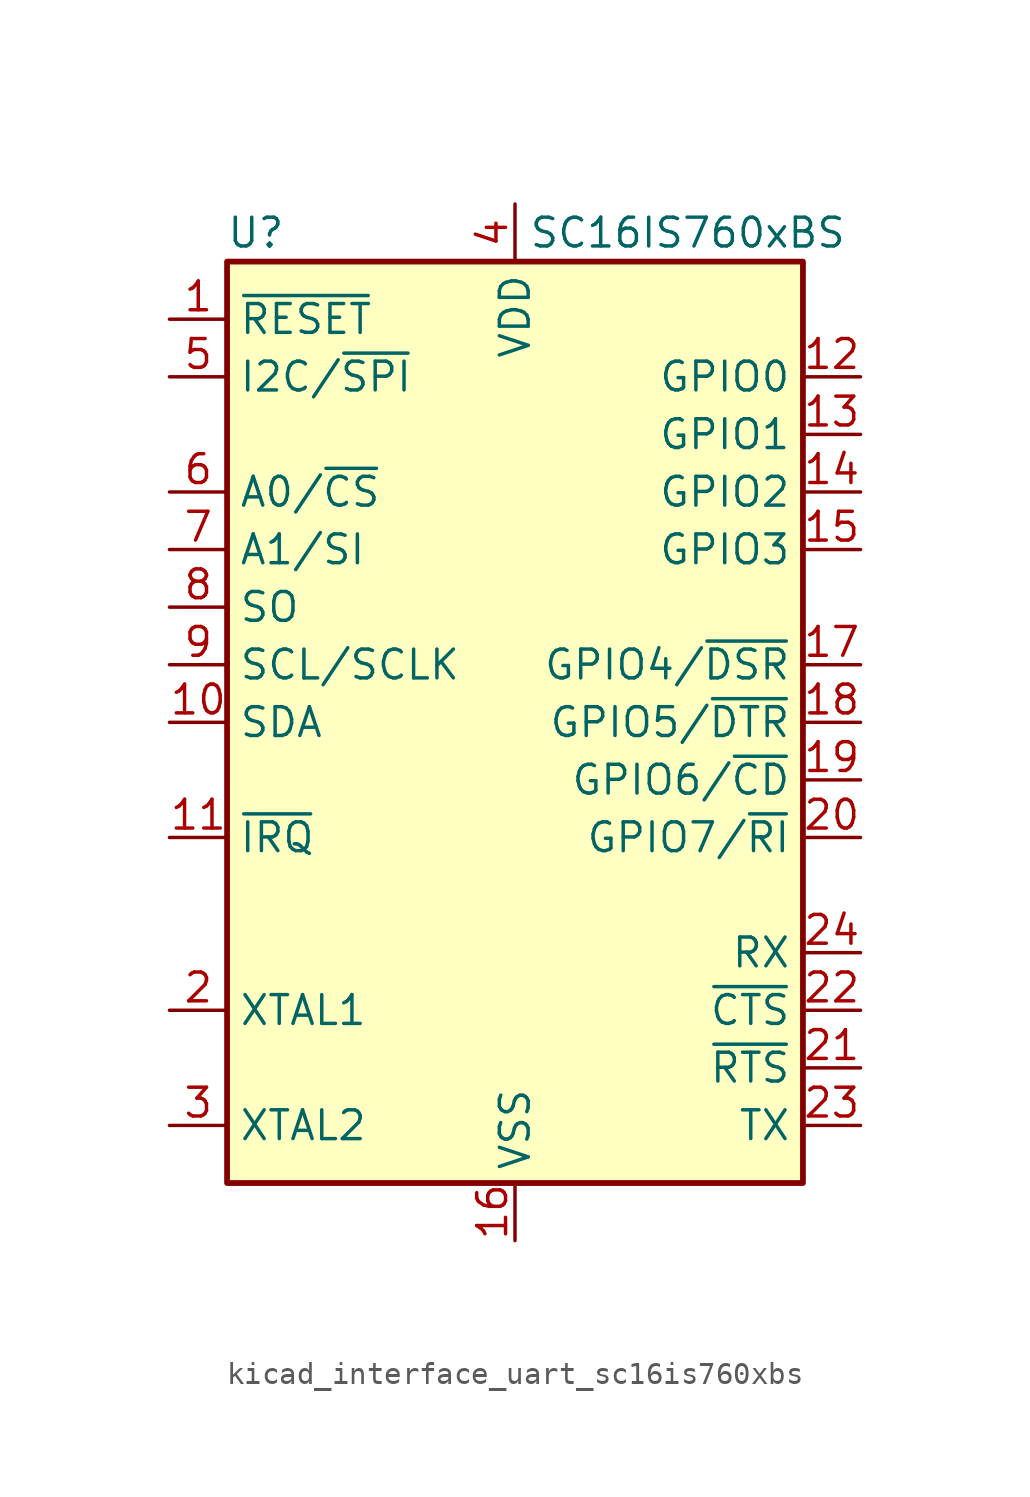
<source format=kicad_sym>
(kicad_symbol_lib
  (version 20220914)
  (generator kicad_symbol_editor)
  (symbol "kicad_interface_uart_sc16is760xbs"
    (property "Reference" "U"
      (at -11.43 21.59 0)
      (effects (font (size 1.27 1.27))))
    (property "Value" "SC16IS760xBS"
      (at 7.62 21.59 0)
      (effects (font (size 1.27 1.27))))
    (symbol "kicad_interface_uart_sc16is760xbs_0_1"
      (rectangle (start -12.7 20.32) (end 12.7 -20.32) (stroke (width 0.254) (type default)) (fill (type background))))
    (symbol "kicad_interface_uart_sc16is760xbs_1_1"
      (pin input line (at -15.24 17.78 0) (length 2.54) (name "~{RESET}" (effects (font (size 1.27 1.27)))) (number "1" (effects (font (size 1.27 1.27)))))
      (pin bidirectional line (at -15.24 0 0) (length 2.54) (name "SDA" (effects (font (size 1.27 1.27)))) (number "10" (effects (font (size 1.27 1.27)))))
      (pin open_collector line (at -15.24 -5.08 0) (length 2.54) (name "~{IRQ}" (effects (font (size 1.27 1.27)))) (number "11" (effects (font (size 1.27 1.27)))))
      (pin bidirectional line (at 15.24 15.24 180) (length 2.54) (name "GPIO0" (effects (font (size 1.27 1.27)))) (number "12" (effects (font (size 1.27 1.27)))))
      (pin bidirectional line (at 15.24 12.7 180) (length 2.54) (name "GPIO1" (effects (font (size 1.27 1.27)))) (number "13" (effects (font (size 1.27 1.27)))))
      (pin bidirectional line (at 15.24 10.16 180) (length 2.54) (name "GPIO2" (effects (font (size 1.27 1.27)))) (number "14" (effects (font (size 1.27 1.27)))))
      (pin bidirectional line (at 15.24 7.62 180) (length 2.54) (name "GPIO3" (effects (font (size 1.27 1.27)))) (number "15" (effects (font (size 1.27 1.27)))))
      (pin power_in line (at 0 -22.86 90) (length 2.54) (name "VSS" (effects (font (size 1.27 1.27)))) (number "16" (effects (font (size 1.27 1.27)))))
      (pin bidirectional line (at 15.24 2.54 180) (length 2.54) (name "GPIO4/~{DSR}" (effects (font (size 1.27 1.27)))) (number "17" (effects (font (size 1.27 1.27)))))
      (pin bidirectional line (at 15.24 0 180) (length 2.54) (name "GPIO5/~{DTR}" (effects (font (size 1.27 1.27)))) (number "18" (effects (font (size 1.27 1.27)))))
      (pin bidirectional line (at 15.24 -2.54 180) (length 2.54) (name "GPIO6/~{CD}" (effects (font (size 1.27 1.27)))) (number "19" (effects (font (size 1.27 1.27)))))
      (pin input line (at -15.24 -12.7 0) (length 2.54) (name "XTAL1" (effects (font (size 1.27 1.27)))) (number "2" (effects (font (size 1.27 1.27)))))
      (pin bidirectional line (at 15.24 -5.08 180) (length 2.54) (name "GPIO7/~{RI}" (effects (font (size 1.27 1.27)))) (number "20" (effects (font (size 1.27 1.27)))))
      (pin output line (at 15.24 -15.24 180) (length 2.54) (name "~{RTS}" (effects (font (size 1.27 1.27)))) (number "21" (effects (font (size 1.27 1.27)))))
      (pin input line (at 15.24 -12.7 180) (length 2.54) (name "~{CTS}" (effects (font (size 1.27 1.27)))) (number "22" (effects (font (size 1.27 1.27)))))
      (pin output line (at 15.24 -17.78 180) (length 2.54) (name "TX" (effects (font (size 1.27 1.27)))) (number "23" (effects (font (size 1.27 1.27)))))
      (pin input line (at 15.24 -10.16 180) (length 2.54) (name "RX" (effects (font (size 1.27 1.27)))) (number "24" (effects (font (size 1.27 1.27)))))
      (pin passive line (at 0 -22.86 90) (length 2.54) hide (name "VSS" (effects (font (size 1.27 1.27)))) (number "25" (effects (font (size 1.27 1.27)))))
      (pin output line (at -15.24 -17.78 0) (length 2.54) (name "XTAL2" (effects (font (size 1.27 1.27)))) (number "3" (effects (font (size 1.27 1.27)))))
      (pin power_in line (at 0 22.86 270) (length 2.54) (name "VDD" (effects (font (size 1.27 1.27)))) (number "4" (effects (font (size 1.27 1.27)))))
      (pin input line (at -15.24 15.24 0) (length 2.54) (name "I2C/~{SPI}" (effects (font (size 1.27 1.27)))) (number "5" (effects (font (size 1.27 1.27)))))
      (pin input line (at -15.24 10.16 0) (length 2.54) (name "A0/~{CS}" (effects (font (size 1.27 1.27)))) (number "6" (effects (font (size 1.27 1.27)))))
      (pin input line (at -15.24 7.62 0) (length 2.54) (name "A1/SI" (effects (font (size 1.27 1.27)))) (number "7" (effects (font (size 1.27 1.27)))))
      (pin output line (at -15.24 5.08 0) (length 2.54) (name "SO" (effects (font (size 1.27 1.27)))) (number "8" (effects (font (size 1.27 1.27)))))
      (pin input line (at -15.24 2.54 0) (length 2.54) (name "SCL/SCLK" (effects (font (size 1.27 1.27)))) (number "9" (effects (font (size 1.27 1.27))))))))
</source>
